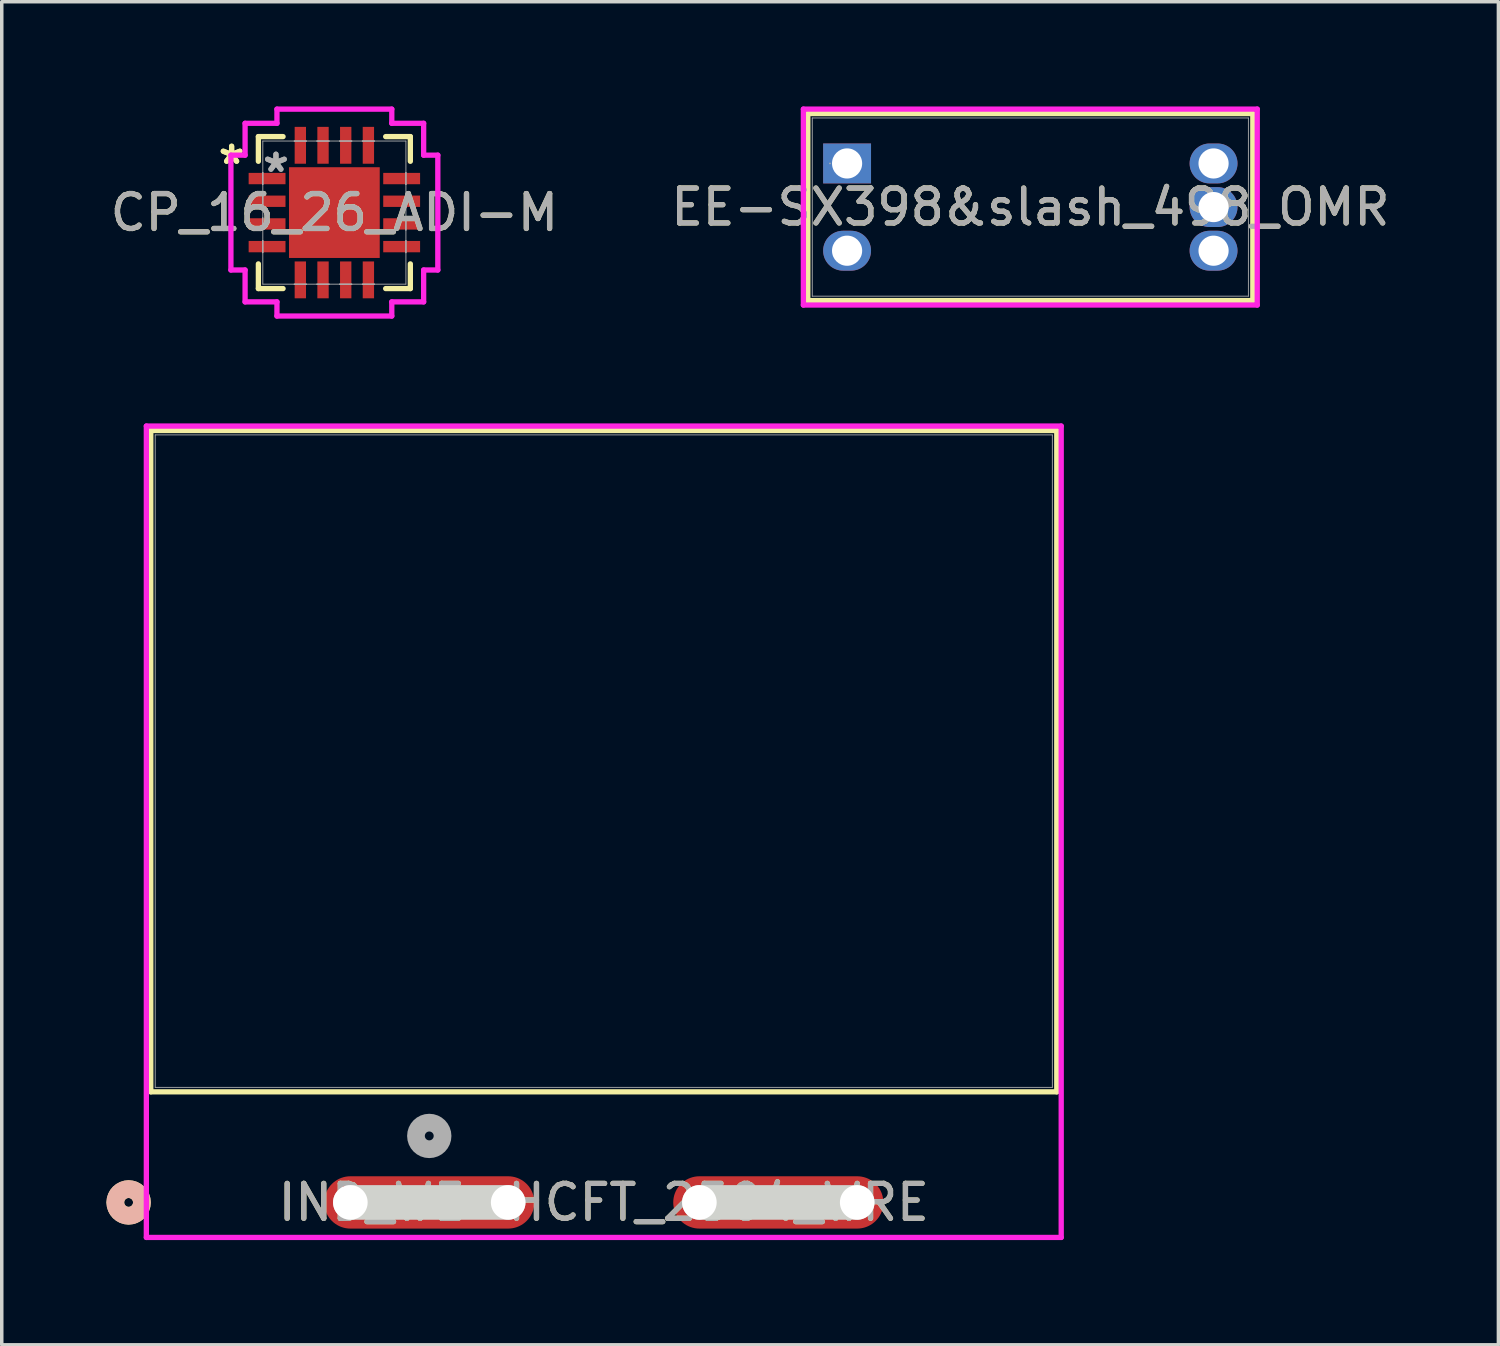
<source format=kicad_pcb>
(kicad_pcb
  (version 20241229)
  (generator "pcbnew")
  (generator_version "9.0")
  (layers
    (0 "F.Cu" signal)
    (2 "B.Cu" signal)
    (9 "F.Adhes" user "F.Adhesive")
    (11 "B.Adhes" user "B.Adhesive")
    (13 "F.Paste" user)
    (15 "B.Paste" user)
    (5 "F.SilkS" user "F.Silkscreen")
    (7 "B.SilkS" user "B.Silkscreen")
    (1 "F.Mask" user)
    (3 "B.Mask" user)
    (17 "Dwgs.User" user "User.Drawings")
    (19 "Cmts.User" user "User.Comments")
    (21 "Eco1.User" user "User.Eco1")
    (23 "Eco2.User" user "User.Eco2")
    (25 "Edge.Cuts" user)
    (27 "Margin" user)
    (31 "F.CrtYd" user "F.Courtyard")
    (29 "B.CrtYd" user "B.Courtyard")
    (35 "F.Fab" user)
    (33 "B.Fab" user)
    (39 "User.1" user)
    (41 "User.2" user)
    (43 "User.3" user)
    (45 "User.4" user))
  (footprint "CP_16_26_ADI-M"
    (layer "F.Cu")
    (at 6.53 3.041)
    (property "Reference" "CP_16_26_ADI-M" (at 0 0 0) (unlocked yes) (layer "F.SilkS") (effects (font (size 1 1) (thickness 0.15))))
    (attr smd)
    (fp_line (start -2.177 -2.177) (end -2.177 -1.47) (stroke (width 0.152) (type solid)) (layer "F.SilkS"))
    (fp_line (start -2.177 1.47) (end -2.177 2.177) (stroke (width 0.152) (type solid)) (layer "F.SilkS"))
    (fp_line (start -2.177 2.177) (end -1.47 2.177) (stroke (width 0.152) (type solid)) (layer "F.SilkS"))
    (fp_line (start -1.47 -2.177) (end -2.177 -2.177) (stroke (width 0.152) (type solid)) (layer "F.SilkS"))
    (fp_line (start 1.47 2.177) (end 2.177 2.177) (stroke (width 0.152) (type solid)) (layer "F.SilkS"))
    (fp_line (start 2.177 -2.177) (end 1.47 -2.177) (stroke (width 0.152) (type solid)) (layer "F.SilkS"))
    (fp_line (start 2.177 -1.47) (end 2.177 -2.177) (stroke (width 0.152) (type solid)) (layer "F.SilkS"))
    (fp_line (start 2.177 2.177) (end 2.177 1.47) (stroke (width 0.152) (type solid)) (layer "F.SilkS"))
    (fp_poly (pts (xy -1.2 -1.2) (xy -1.2 -0.1) (xy -0.1 -0.1) (xy -0.1 -1.2)) (stroke (width 0) (type solid)) (fill yes) (layer "F.Paste"))
    (fp_poly (pts (xy -1.2 0.1) (xy -1.2 1.2) (xy -0.1 1.2) (xy -0.1 0.1)) (stroke (width 0) (type solid)) (fill yes) (layer "F.Paste"))
    (fp_poly (pts (xy 0.1 -1.2) (xy 0.1 -0.1) (xy 1.2 -0.1) (xy 1.2 -1.2)) (stroke (width 0) (type solid)) (fill yes) (layer "F.Paste"))
    (fp_poly (pts (xy 0.1 0.1) (xy 0.1 1.2) (xy 1.2 1.2) (xy 1.2 0.1)) (stroke (width 0) (type solid)) (fill yes) (layer "F.Paste"))
    (fp_line (start -2.964 -1.645) (end -2.558 -1.645) (stroke (width 0.152) (type solid)) (layer "F.CrtYd"))
    (fp_line (start -2.964 1.645) (end -2.964 -1.645) (stroke (width 0.152) (type solid)) (layer "F.CrtYd"))
    (fp_line (start -2.558 -2.558) (end -1.645 -2.558) (stroke (width 0.152) (type solid)) (layer "F.CrtYd"))
    (fp_line (start -2.558 -1.645) (end -2.558 -2.558) (stroke (width 0.152) (type solid)) (layer "F.CrtYd"))
    (fp_line (start -2.558 1.645) (end -2.964 1.645) (stroke (width 0.152) (type solid)) (layer "F.CrtYd"))
    (fp_line (start -2.558 2.558) (end -2.558 1.645) (stroke (width 0.152) (type solid)) (layer "F.CrtYd"))
    (fp_line (start -1.645 -2.964) (end 1.645 -2.964) (stroke (width 0.152) (type solid)) (layer "F.CrtYd"))
    (fp_line (start -1.645 -2.558) (end -1.645 -2.964) (stroke (width 0.152) (type solid)) (layer "F.CrtYd"))
    (fp_line (start -1.645 2.558) (end -2.558 2.558) (stroke (width 0.152) (type solid)) (layer "F.CrtYd"))
    (fp_line (start -1.645 2.964) (end -1.645 2.558) (stroke (width 0.152) (type solid)) (layer "F.CrtYd"))
    (fp_line (start 1.645 -2.964) (end 1.645 -2.558) (stroke (width 0.152) (type solid)) (layer "F.CrtYd"))
    (fp_line (start 1.645 -2.558) (end 2.558 -2.558) (stroke (width 0.152) (type solid)) (layer "F.CrtYd"))
    (fp_line (start 1.645 2.558) (end 1.645 2.964) (stroke (width 0.152) (type solid)) (layer "F.CrtYd"))
    (fp_line (start 1.645 2.964) (end -1.645 2.964) (stroke (width 0.152) (type solid)) (layer "F.CrtYd"))
    (fp_line (start 2.558 -2.558) (end 2.558 -1.645) (stroke (width 0.152) (type solid)) (layer "F.CrtYd"))
    (fp_line (start 2.558 -1.645) (end 2.964 -1.645) (stroke (width 0.152) (type solid)) (layer "F.CrtYd"))
    (fp_line (start 2.558 1.645) (end 2.558 2.558) (stroke (width 0.152) (type solid)) (layer "F.CrtYd"))
    (fp_line (start 2.558 2.558) (end 1.645 2.558) (stroke (width 0.152) (type solid)) (layer "F.CrtYd"))
    (fp_line (start 2.964 -1.645) (end 2.964 1.645) (stroke (width 0.152) (type solid)) (layer "F.CrtYd"))
    (fp_line (start 2.964 1.645) (end 2.558 1.645) (stroke (width 0.152) (type solid)) (layer "F.CrtYd"))
    (fp_line (start -2.05 -2.05) (end -2.05 2.05) (stroke (width 0.025) (type solid)) (layer "F.Fab"))
    (fp_line (start -2.05 -1.15) (end -2.05 -1.15) (stroke (width 0.025) (type solid)) (layer "F.Fab"))
    (fp_line (start -2.05 -1.15) (end -2.05 -0.8) (stroke (width 0.025) (type solid)) (layer "F.Fab"))
    (fp_line (start -2.05 -0.8) (end -2.05 -1.15) (stroke (width 0.025) (type solid)) (layer "F.Fab"))
    (fp_line (start -2.05 -0.8) (end -2.05 -0.8) (stroke (width 0.025) (type solid)) (layer "F.Fab"))
    (fp_line (start -2.05 -0.5) (end -2.05 -0.5) (stroke (width 0.025) (type solid)) (layer "F.Fab"))
    (fp_line (start -2.05 -0.5) (end -2.05 -0.15) (stroke (width 0.025) (type solid)) (layer "F.Fab"))
    (fp_line (start -2.05 -0.15) (end -2.05 -0.5) (stroke (width 0.025) (type solid)) (layer "F.Fab"))
    (fp_line (start -2.05 -0.15) (end -2.05 -0.15) (stroke (width 0.025) (type solid)) (layer "F.Fab"))
    (fp_line (start -2.05 0.15) (end -2.05 0.15) (stroke (width 0.025) (type solid)) (layer "F.Fab"))
    (fp_line (start -2.05 0.15) (end -2.05 0.5) (stroke (width 0.025) (type solid)) (layer "F.Fab"))
    (fp_line (start -2.05 0.5) (end -2.05 0.15) (stroke (width 0.025) (type solid)) (layer "F.Fab"))
    (fp_line (start -2.05 0.5) (end -2.05 0.5) (stroke (width 0.025) (type solid)) (layer "F.Fab"))
    (fp_line (start -2.05 0.8) (end -2.05 0.8) (stroke (width 0.025) (type solid)) (layer "F.Fab"))
    (fp_line (start -2.05 0.8) (end -2.05 1.15) (stroke (width 0.025) (type solid)) (layer "F.Fab"))
    (fp_line (start -2.05 1.15) (end -2.05 0.8) (stroke (width 0.025) (type solid)) (layer "F.Fab"))
    (fp_line (start -2.05 1.15) (end -2.05 1.15) (stroke (width 0.025) (type solid)) (layer "F.Fab"))
    (fp_line (start -2.05 2.05) (end 2.05 2.05) (stroke (width 0.025) (type solid)) (layer "F.Fab"))
    (fp_line (start -1.15 -2.05) (end -1.15 -2.05) (stroke (width 0.025) (type solid)) (layer "F.Fab"))
    (fp_line (start -1.15 -2.05) (end -0.8 -2.05) (stroke (width 0.025) (type solid)) (layer "F.Fab"))
    (fp_line (start -1.15 2.05) (end -1.15 2.05) (stroke (width 0.025) (type solid)) (layer "F.Fab"))
    (fp_line (start -1.15 2.05) (end -0.8 2.05) (stroke (width 0.025) (type solid)) (layer "F.Fab"))
    (fp_line (start -0.8 -2.05) (end -1.15 -2.05) (stroke (width 0.025) (type solid)) (layer "F.Fab"))
    (fp_line (start -0.8 -2.05) (end -0.8 -2.05) (stroke (width 0.025) (type solid)) (layer "F.Fab"))
    (fp_line (start -0.8 2.05) (end -1.15 2.05) (stroke (width 0.025) (type solid)) (layer "F.Fab"))
    (fp_line (start -0.8 2.05) (end -0.8 2.05) (stroke (width 0.025) (type solid)) (layer "F.Fab"))
    (fp_line (start -0.5 -2.05) (end -0.5 -2.05) (stroke (width 0.025) (type solid)) (layer "F.Fab"))
    (fp_line (start -0.5 -2.05) (end -0.15 -2.05) (stroke (width 0.025) (type solid)) (layer "F.Fab"))
    (fp_line (start -0.5 2.05) (end -0.5 2.05) (stroke (width 0.025) (type solid)) (layer "F.Fab"))
    (fp_line (start -0.5 2.05) (end -0.15 2.05) (stroke (width 0.025) (type solid)) (layer "F.Fab"))
    (fp_line (start -0.15 -2.05) (end -0.5 -2.05) (stroke (width 0.025) (type solid)) (layer "F.Fab"))
    (fp_line (start -0.15 -2.05) (end -0.15 -2.05) (stroke (width 0.025) (type solid)) (layer "F.Fab"))
    (fp_line (start -0.15 2.05) (end -0.5 2.05) (stroke (width 0.025) (type solid)) (layer "F.Fab"))
    (fp_line (start -0.15 2.05) (end -0.15 2.05) (stroke (width 0.025) (type solid)) (layer "F.Fab"))
    (fp_line (start 0.15 -2.05) (end 0.15 -2.05) (stroke (width 0.025) (type solid)) (layer "F.Fab"))
    (fp_line (start 0.15 -2.05) (end 0.5 -2.05) (stroke (width 0.025) (type solid)) (layer "F.Fab"))
    (fp_line (start 0.15 2.05) (end 0.15 2.05) (stroke (width 0.025) (type solid)) (layer "F.Fab"))
    (fp_line (start 0.15 2.05) (end 0.5 2.05) (stroke (width 0.025) (type solid)) (layer "F.Fab"))
    (fp_line (start 0.5 -2.05) (end 0.15 -2.05) (stroke (width 0.025) (type solid)) (layer "F.Fab"))
    (fp_line (start 0.5 -2.05) (end 0.5 -2.05) (stroke (width 0.025) (type solid)) (layer "F.Fab"))
    (fp_line (start 0.5 2.05) (end 0.15 2.05) (stroke (width 0.025) (type solid)) (layer "F.Fab"))
    (fp_line (start 0.5 2.05) (end 0.5 2.05) (stroke (width 0.025) (type solid)) (layer "F.Fab"))
    (fp_line (start 0.8 -2.05) (end 0.8 -2.05) (stroke (width 0.025) (type solid)) (layer "F.Fab"))
    (fp_line (start 0.8 -2.05) (end 1.15 -2.05) (stroke (width 0.025) (type solid)) (layer "F.Fab"))
    (fp_line (start 0.8 2.05) (end 0.8 2.05) (stroke (width 0.025) (type solid)) (layer "F.Fab"))
    (fp_line (start 0.8 2.05) (end 1.15 2.05) (stroke (width 0.025) (type solid)) (layer "F.Fab"))
    (fp_line (start 1.15 -2.05) (end 0.8 -2.05) (stroke (width 0.025) (type solid)) (layer "F.Fab"))
    (fp_line (start 1.15 -2.05) (end 1.15 -2.05) (stroke (width 0.025) (type solid)) (layer "F.Fab"))
    (fp_line (start 1.15 2.05) (end 0.8 2.05) (stroke (width 0.025) (type solid)) (layer "F.Fab"))
    (fp_line (start 1.15 2.05) (end 1.15 2.05) (stroke (width 0.025) (type solid)) (layer "F.Fab"))
    (fp_line (start 2.05 -2.05) (end -2.05 -2.05) (stroke (width 0.025) (type solid)) (layer "F.Fab"))
    (fp_line (start 2.05 -1.15) (end 2.05 -1.15) (stroke (width 0.025) (type solid)) (layer "F.Fab"))
    (fp_line (start 2.05 -1.15) (end 2.05 -0.8) (stroke (width 0.025) (type solid)) (layer "F.Fab"))
    (fp_line (start 2.05 -0.8) (end 2.05 -1.15) (stroke (width 0.025) (type solid)) (layer "F.Fab"))
    (fp_line (start 2.05 -0.8) (end 2.05 -0.8) (stroke (width 0.025) (type solid)) (layer "F.Fab"))
    (fp_line (start 2.05 -0.5) (end 2.05 -0.5) (stroke (width 0.025) (type solid)) (layer "F.Fab"))
    (fp_line (start 2.05 -0.5) (end 2.05 -0.15) (stroke (width 0.025) (type solid)) (layer "F.Fab"))
    (fp_line (start 2.05 -0.15) (end 2.05 -0.5) (stroke (width 0.025) (type solid)) (layer "F.Fab"))
    (fp_line (start 2.05 -0.15) (end 2.05 -0.15) (stroke (width 0.025) (type solid)) (layer "F.Fab"))
    (fp_line (start 2.05 0.15) (end 2.05 0.15) (stroke (width 0.025) (type solid)) (layer "F.Fab"))
    (fp_line (start 2.05 0.15) (end 2.05 0.5) (stroke (width 0.025) (type solid)) (layer "F.Fab"))
    (fp_line (start 2.05 0.5) (end 2.05 0.15) (stroke (width 0.025) (type solid)) (layer "F.Fab"))
    (fp_line (start 2.05 0.5) (end 2.05 0.5) (stroke (width 0.025) (type solid)) (layer "F.Fab"))
    (fp_line (start 2.05 0.8) (end 2.05 0.8) (stroke (width 0.025) (type solid)) (layer "F.Fab"))
    (fp_line (start 2.05 0.8) (end 2.05 1.15) (stroke (width 0.025) (type solid)) (layer "F.Fab"))
    (fp_line (start 2.05 1.15) (end 2.05 0.8) (stroke (width 0.025) (type solid)) (layer "F.Fab"))
    (fp_line (start 2.05 1.15) (end 2.05 1.15) (stroke (width 0.025) (type solid)) (layer "F.Fab"))
    (fp_line (start 2.05 2.05) (end 2.05 -2.05) (stroke (width 0.025) (type solid)) (layer "F.Fab"))
    (fp_text user "*" (at -2.944 -1.356 0) (unlocked yes) (layer "F.SilkS") (effects (font (size 1 1) (thickness 0.15))))
    (fp_text user "*" (at -2.944 -1.356 0) (layer "F.SilkS") (effects (font (size 1 1) (thickness 0.15))))
    (fp_text user "${REFERENCE}" (at 0 0 0) (unlocked yes) (layer "F.Fab") (effects (font (size 1 1) (thickness 0.15))))
    (fp_text user "*" (at -1.674 -1.127 0) (unlocked yes) (layer "F.Fab") (effects (font (size 1 1) (thickness 0.15))))
    (fp_text user "*" (at -1.674 -1.127 0) (layer "F.Fab") (effects (font (size 1 1) (thickness 0.15))))
    (pad "1" smd rect (at 0.975 -1.928) (size 0.325 1.056) (layers "F.Cu" "F.Mask" "F.Paste"))
    (pad "2" smd rect (at 0.325 -1.928) (size 0.325 1.056) (layers "F.Cu" "F.Mask" "F.Paste"))
    (pad "3" smd rect (at -0.325 -1.928) (size 0.325 1.056) (layers "F.Cu" "F.Mask" "F.Paste"))
    (pad "4" smd rect (at -0.975 -1.928) (size 0.325 1.056) (layers "F.Cu" "F.Mask" "F.Paste"))
    (pad "5" smd rect (at -1.928 -0.975 90) (size 0.325 1.056) (layers "F.Cu" "F.Mask" "F.Paste"))
    (pad "6" smd rect (at -1.928 -0.325 90) (size 0.325 1.056) (layers "F.Cu" "F.Mask" "F.Paste"))
    (pad "7" smd rect (at -1.928 0.325 90) (size 0.325 1.056) (layers "F.Cu" "F.Mask" "F.Paste"))
    (pad "8" smd rect (at -1.928 0.975 90) (size 0.325 1.056) (layers "F.Cu" "F.Mask" "F.Paste"))
    (pad "9" smd rect (at -0.975 1.928) (size 0.325 1.056) (layers "F.Cu" "F.Mask" "F.Paste"))
    (pad "10" smd rect (at -0.325 1.928) (size 0.325 1.056) (layers "F.Cu" "F.Mask" "F.Paste"))
    (pad "11" smd rect (at 0.325 1.928) (size 0.325 1.056) (layers "F.Cu" "F.Mask" "F.Paste"))
    (pad "12" smd rect (at 0.975 1.928) (size 0.325 1.056) (layers "F.Cu" "F.Mask" "F.Paste"))
    (pad "13" smd rect (at 1.928 0.975 90) (size 0.325 1.056) (layers "F.Cu" "F.Mask" "F.Paste"))
    (pad "14" smd rect (at 1.928 0.325 90) (size 0.325 1.056) (layers "F.Cu" "F.Mask" "F.Paste"))
    (pad "15" smd rect (at 1.928 -0.325 90) (size 0.325 1.056) (layers "F.Cu" "F.Mask" "F.Paste"))
    (pad "16" smd rect (at 1.928 -0.975 90) (size 0.325 1.056) (layers "F.Cu" "F.Mask" "F.Paste"))
    (pad "HTAB" smd rect (at 0 0) (size 2.6 2.6) (layers "F.Cu" "F.Mask" "F.Paste")))
  (footprint "IND_WE-HCFT_2504_WRE"
    (layer "F.Cu")
    (at 9.249 31.401)
    (property "Reference" "IND_WE-HCFT_2504_WRE" (at 5 0 0) (unlocked yes) (layer "F.SilkS") (effects (font (size 1 1) (thickness 0.15))))
    (attr smd)
    (fp_line (start -7.979 -22.117) (end -7.979 -3.169) (stroke (width 0.152) (type solid)) (layer "F.SilkS"))
    (fp_line (start -7.979 -3.169) (end 17.979 -3.169) (stroke (width 0.152) (type solid)) (layer "F.SilkS"))
    (fp_line (start 17.979 -22.117) (end -7.979 -22.117) (stroke (width 0.152) (type solid)) (layer "F.SilkS"))
    (fp_line (start 17.979 -3.169) (end 17.979 -22.117) (stroke (width 0.152) (type solid)) (layer "F.SilkS"))
    (fp_circle (center -8.614 0) (end -8.233 0) (stroke (width 0.508) (type solid)) (fill no) (layer "F.SilkS"))
    (fp_circle (center -8.614 0) (end -8.233 0) (stroke (width 0.508) (type solid)) (fill no) (layer "B.SilkS"))
    (fp_line (start -2.261 0) (end 2.261 0) (stroke (width 0.991) (type solid)) (layer "Edge.Cuts"))
    (fp_line (start 7.739 0) (end 12.261 0) (stroke (width 0.991) (type solid)) (layer "Edge.Cuts"))
    (fp_line (start -8.106 -22.244) (end -8.106 1.003) (stroke (width 0.152) (type solid)) (layer "F.CrtYd"))
    (fp_line (start -8.106 1.003) (end 18.106 1.003) (stroke (width 0.152) (type solid)) (layer "F.CrtYd"))
    (fp_line (start 18.106 -22.244) (end -8.106 -22.244) (stroke (width 0.152) (type solid)) (layer "F.CrtYd"))
    (fp_line (start 18.106 1.003) (end 18.106 -22.244) (stroke (width 0.152) (type solid)) (layer "F.CrtYd"))
    (fp_line (start -7.852 -21.99) (end -7.852 -3.296) (stroke (width 0.025) (type solid)) (layer "F.Fab"))
    (fp_line (start -7.852 -3.296) (end 17.852 -3.296) (stroke (width 0.025) (type solid)) (layer "F.Fab"))
    (fp_line (start 17.852 -21.99) (end -7.852 -21.99) (stroke (width 0.025) (type solid)) (layer "F.Fab"))
    (fp_line (start 17.852 -3.296) (end 17.852 -21.99) (stroke (width 0.025) (type solid)) (layer "F.Fab"))
    (fp_circle (center 0 -1.905) (end 0.381 -1.905) (stroke (width 0.508) (type solid)) (fill no) (layer "F.Fab"))
    (fp_text user "${REFERENCE}" (at 5 0 0) (unlocked yes) (layer "F.Fab") (effects (font (size 1 1) (thickness 0.15))))
    (pad "" np_thru_hole circle (at -2.261 0) (size 0.991 0.991) (drill 0.991) (layers "*.Cu" "*.Mask"))
    (pad "" np_thru_hole circle (at 2.261 0) (size 0.991 0.991) (drill 0.991) (layers "*.Cu" "*.Mask"))
    (pad "" np_thru_hole circle (at 7.739 0) (size 0.991 0.991) (drill 0.991) (layers "*.Cu" "*.Mask"))
    (pad "" np_thru_hole circle (at 12.261 0) (size 0.991 0.991) (drill 0.991) (layers "*.Cu" "*.Mask"))
    (pad "1" smd oval (at 0 0) (size 6.02 1.499) (layers "F.Cu" "F.Mask" "F.Paste"))
    (pad "2" smd oval (at 10 0) (size 6.02 1.499) (layers "F.Cu" "F.Mask" "F.Paste")))
  (footprint "EE-SX398&slash_498_OMR"
    (layer "F.Cu")
    (at 21.22 1.633)
    (property "Reference" "EE-SX398&slash_498_OMR" (at 5.25 1.25 0) (unlocked yes) (layer "F.SilkS") (effects (font (size 1 1) (thickness 0.15))))
    (attr through_hole)
    (fp_line (start -1.125 -1.43) (end -1.125 3.93) (stroke (width 0.152) (type solid)) (layer "F.SilkS"))
    (fp_line (start 11.625 -1.43) (end -1.125 -1.43) (stroke (width 0.152) (type solid)) (layer "F.SilkS"))
    (fp_line (start 11.625 -1.43) (end 11.625 3.93) (stroke (width 0.152) (type solid)) (layer "F.SilkS"))
    (fp_line (start 11.625 3.93) (end -1.125 3.93) (stroke (width 0.152) (type solid)) (layer "F.SilkS"))
    (fp_line (start -1.252 -1.557) (end 11.752 -1.557) (stroke (width 0.152) (type solid)) (layer "F.CrtYd"))
    (fp_line (start -1.252 4.057) (end -1.252 -1.557) (stroke (width 0.152) (type solid)) (layer "F.CrtYd"))
    (fp_line (start 11.752 -1.557) (end 11.752 4.057) (stroke (width 0.152) (type solid)) (layer "F.CrtYd"))
    (fp_line (start 11.752 4.057) (end -1.252 4.057) (stroke (width 0.152) (type solid)) (layer "F.CrtYd"))
    (fp_line (start -0.998 -1.303) (end -0.998 3.803) (stroke (width 0.025) (type solid)) (layer "F.Fab"))
    (fp_line (start 11.498 -1.303) (end -0.998 -1.303) (stroke (width 0.025) (type solid)) (layer "F.Fab"))
    (fp_line (start 11.498 -1.303) (end 11.498 3.803) (stroke (width 0.025) (type solid)) (layer "F.Fab"))
    (fp_line (start 11.498 3.803) (end -0.998 3.803) (stroke (width 0.025) (type solid)) (layer "F.Fab"))
    (fp_circle (center -0.49 0) (end -0.49 0) (stroke (width 0.025) (type solid)) (fill no) (layer "F.Fab"))
    (fp_text user "${REFERENCE}" (at 5.25 1.25 0) (unlocked yes) (layer "F.Fab") (effects (font (size 1 1) (thickness 0.15))))
    (pad "1" thru_hole rect (at 0 0) (size 1.372 1.143) (drill 0.864) (layers "*.Cu" "*.Mask"))
    (pad "3" thru_hole oval (at 0 2.5) (size 1.372 1.143) (drill 0.864) (layers "*.Cu" "*.Mask"))
    (pad "4" thru_hole oval (at 10.5 2.5) (size 1.372 1.143) (drill 0.864) (layers "*.Cu" "*.Mask"))
    (pad "5" thru_hole oval (at 10.5 1.25) (size 1.372 1.143) (drill 0.864) (layers "*.Cu" "*.Mask"))
    (pad "6" thru_hole oval (at 10.5 0) (size 1.372 1.143) (drill 0.864) (layers "*.Cu" "*.Mask")))
  (gr_rect
    (start -3 -3)
    (end 39.881 35.481)
    (stroke (width 0.1) (type default))
    (fill no)
    (layer "Edge.Cuts")))
</source>
